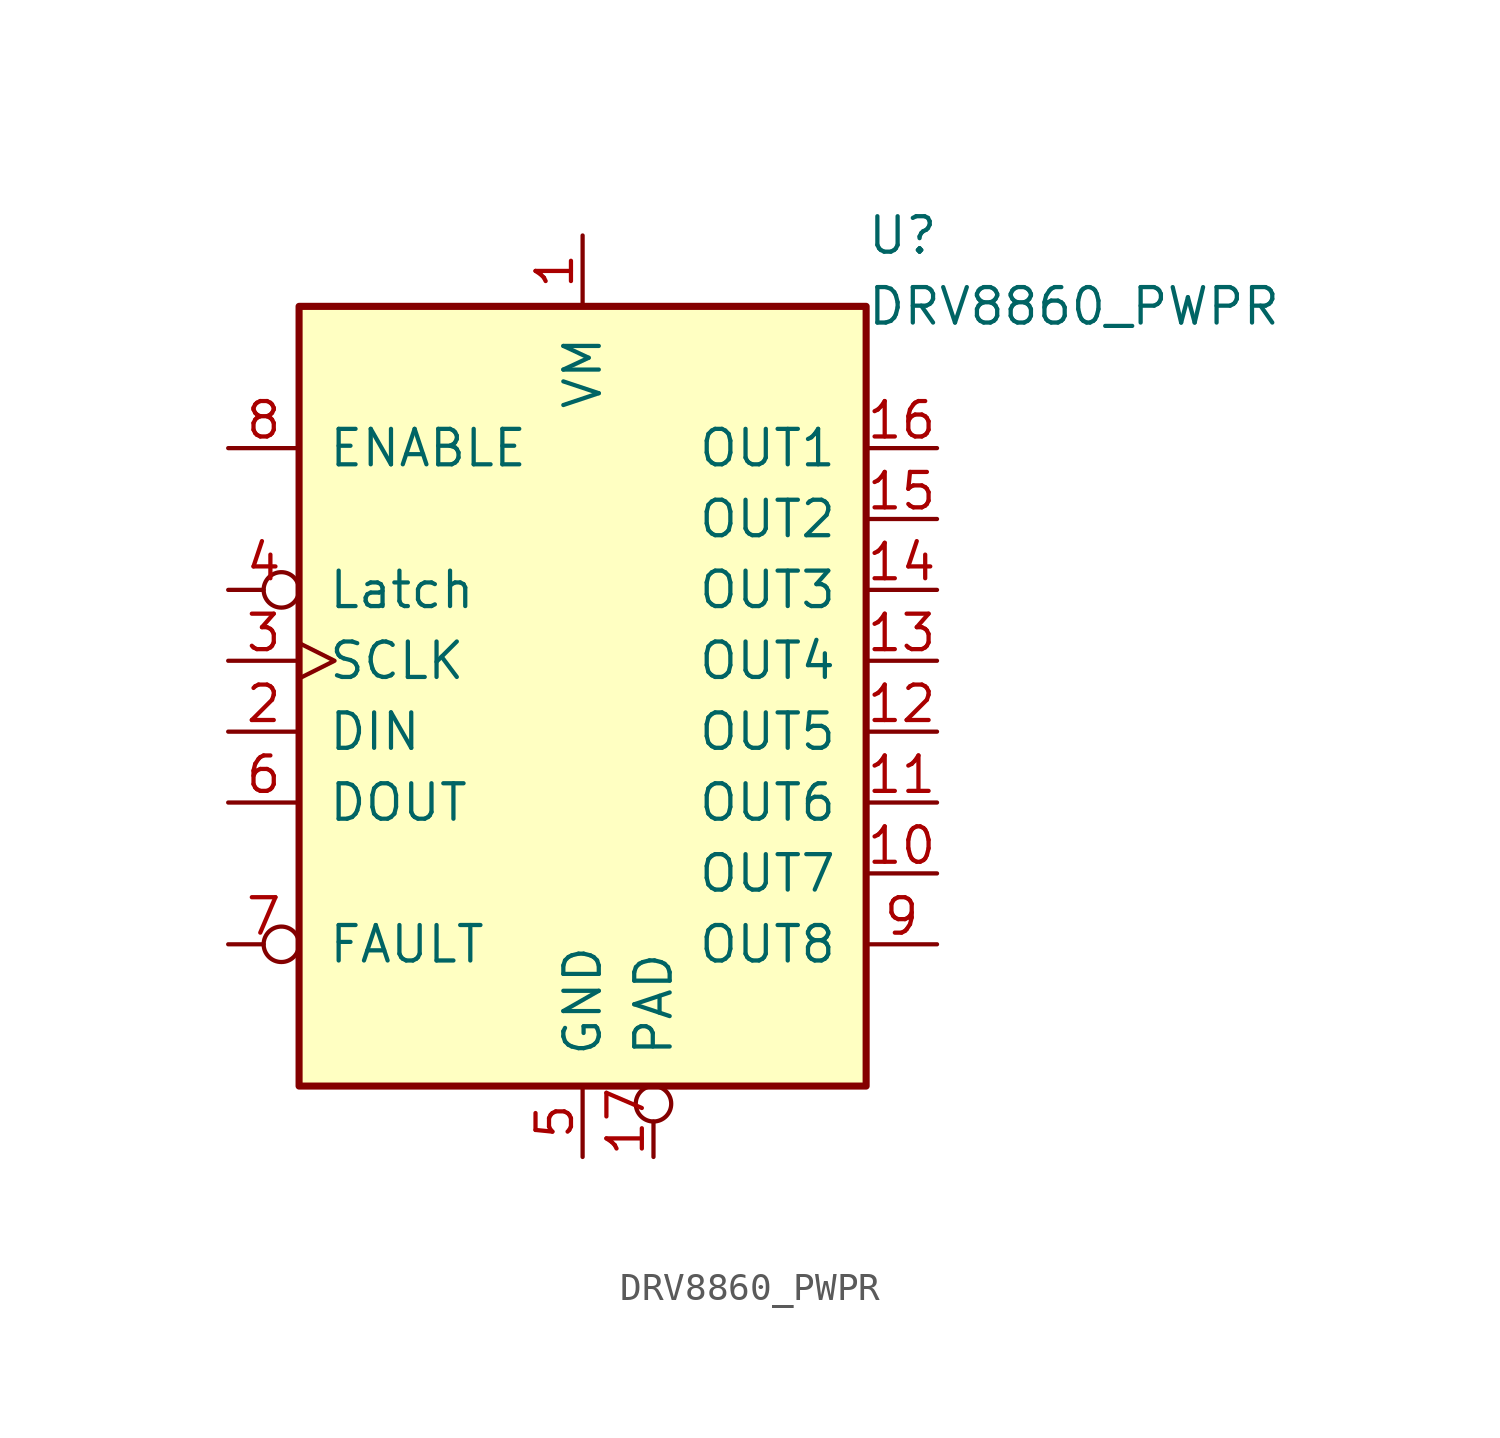
<source format=kicad_sym>
(kicad_symbol_lib
  (version 20231120)
  (generator "kicad_symbol_editor")
  (generator_version "8.0")
  (symbol "DRV8860_PWPR"
    (pin_names
      (offset 1.016))
    (property "Reference" "U"
      (at 10.16 17.78 0)
      (effects (font (size 1.27 1.27)) (justify left)))
    (property "Value" "DRV8860_PWPR"
      (at 10.16 15.24 0)
      (effects (font (size 1.27 1.27)) (justify left)))
    (symbol "DRV8860_PWPR_0_1"
      (rectangle (start -10.16 15.24) (end 10.16 -12.7) (stroke (width 0.254) (type default)) (fill (type background))))
    (symbol "DRV8860_PWPR_1_1"
      (pin power_in line (at 0 17.78 270) (length 2.54) (name "VM" (effects (font (size 1.27 1.27)))) (number "1" (effects (font (size 1.27 1.27)))))
      (pin output line (at 12.7 -5.08 180) (length 2.54) (name "OUT7" (effects (font (size 1.27 1.27)))) (number "10" (effects (font (size 1.27 1.27)))))
      (pin output line (at 12.7 -2.54 180) (length 2.54) (name "OUT6" (effects (font (size 1.27 1.27)))) (number "11" (effects (font (size 1.27 1.27)))))
      (pin output line (at 12.7 0 180) (length 2.54) (name "OUT5" (effects (font (size 1.27 1.27)))) (number "12" (effects (font (size 1.27 1.27)))))
      (pin output line (at 12.7 2.54 180) (length 2.54) (name "OUT4" (effects (font (size 1.27 1.27)))) (number "13" (effects (font (size 1.27 1.27)))))
      (pin output line (at 12.7 5.08 180) (length 2.54) (name "OUT3" (effects (font (size 1.27 1.27)))) (number "14" (effects (font (size 1.27 1.27)))))
      (pin output line (at 12.7 7.62 180) (length 2.54) (name "OUT2" (effects (font (size 1.27 1.27)))) (number "15" (effects (font (size 1.27 1.27)))))
      (pin output line (at 12.7 10.16 180) (length 2.54) (name "OUT1" (effects (font (size 1.27 1.27)))) (number "16" (effects (font (size 1.27 1.27)))))
      (pin power_in inverted (at 2.54 -15.24 90) (length 2.54) (name "PAD" (effects (font (size 1.27 1.27)))) (number "17" (effects (font (size 1.27 1.27)))))
      (pin input line (at -12.7 0 0) (length 2.54) (name "DIN" (effects (font (size 1.27 1.27)))) (number "2" (effects (font (size 1.27 1.27)))))
      (pin input clock (at -12.7 2.54 0) (length 2.54) (name "SCLK" (effects (font (size 1.27 1.27)))) (number "3" (effects (font (size 1.27 1.27)))))
      (pin input inverted (at -12.7 5.08 0) (length 2.54) (name "Latch" (effects (font (size 1.27 1.27)))) (number "4" (effects (font (size 1.27 1.27)))))
      (pin power_in line (at 0 -15.24 90) (length 2.54) (name "GND" (effects (font (size 1.27 1.27)))) (number "5" (effects (font (size 1.27 1.27)))))
      (pin output line (at -12.7 -2.54 0) (length 2.54) (name "DOUT" (effects (font (size 1.27 1.27)))) (number "6" (effects (font (size 1.27 1.27)))))
      (pin open_collector inverted (at -12.7 -7.62 0) (length 2.54) (name "FAULT" (effects (font (size 1.27 1.27)))) (number "7" (effects (font (size 1.27 1.27)))))
      (pin input line (at -12.7 10.16 0) (length 2.54) (name "ENABLE" (effects (font (size 1.27 1.27)))) (number "8" (effects (font (size 1.27 1.27)))))
      (pin output line (at 12.7 -7.62 180) (length 2.54) (name "OUT8" (effects (font (size 1.27 1.27)))) (number "9" (effects (font (size 1.27 1.27))))))))
</source>
